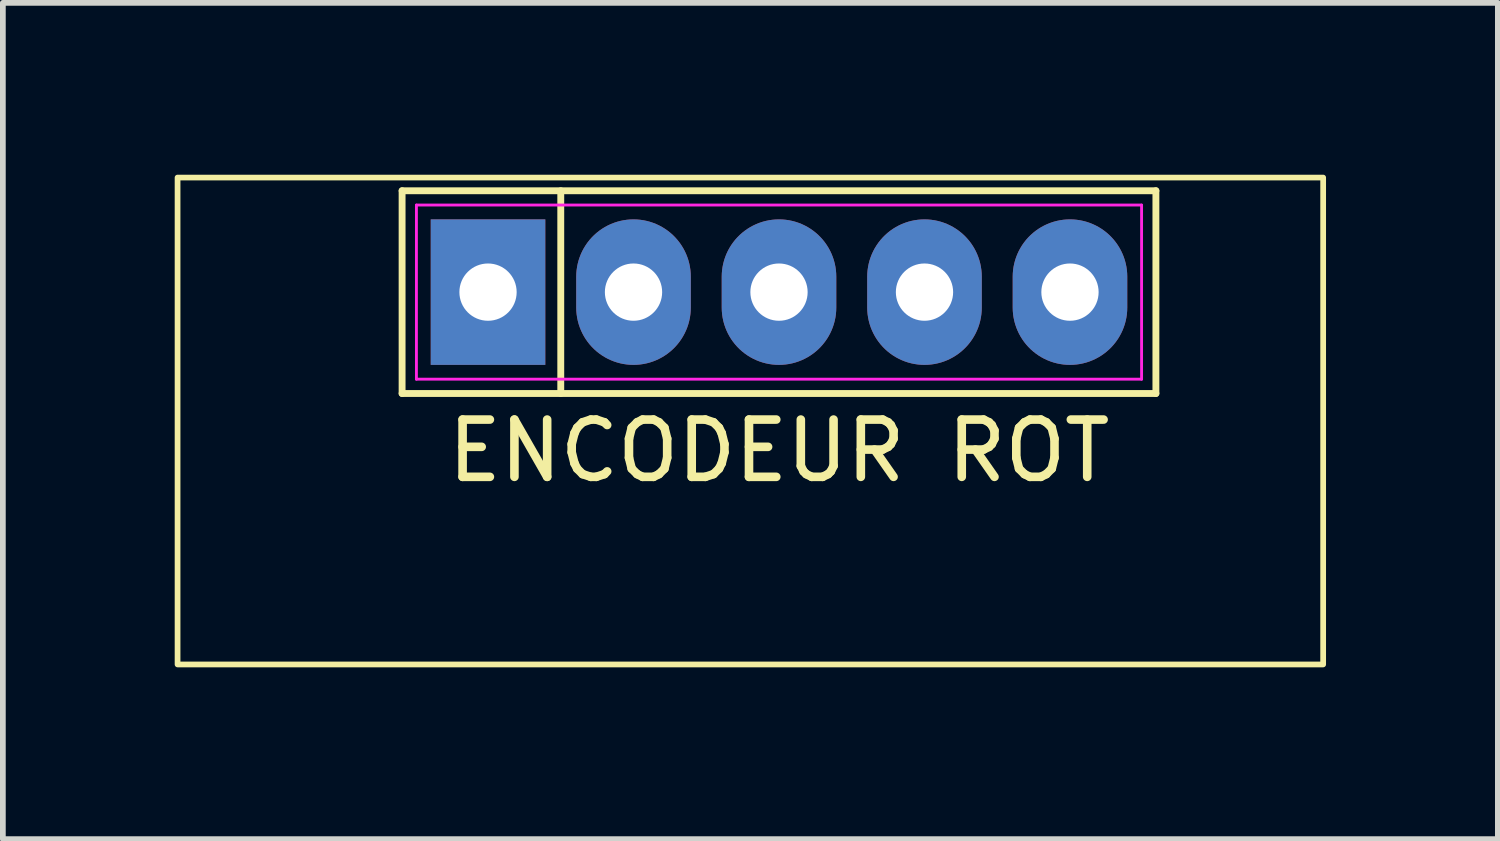
<source format=kicad_pcb>
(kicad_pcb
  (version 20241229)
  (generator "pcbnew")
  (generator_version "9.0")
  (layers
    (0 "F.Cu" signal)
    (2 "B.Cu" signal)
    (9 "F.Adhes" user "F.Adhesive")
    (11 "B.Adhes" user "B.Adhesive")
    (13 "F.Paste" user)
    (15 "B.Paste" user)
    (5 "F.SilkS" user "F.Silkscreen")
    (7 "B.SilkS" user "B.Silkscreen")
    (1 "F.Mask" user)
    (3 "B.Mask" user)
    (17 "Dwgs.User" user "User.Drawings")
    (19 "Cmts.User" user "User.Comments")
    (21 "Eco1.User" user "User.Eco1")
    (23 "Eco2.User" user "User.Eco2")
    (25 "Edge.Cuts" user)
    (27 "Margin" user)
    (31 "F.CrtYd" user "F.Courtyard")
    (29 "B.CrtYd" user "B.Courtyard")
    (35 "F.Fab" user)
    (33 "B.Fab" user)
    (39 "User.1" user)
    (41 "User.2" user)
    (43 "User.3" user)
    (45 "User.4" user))
  (footprint "ENCODEUR ROT"
    (layer "F.Cu")
    (at 10.55 2.05)
    (property "Reference" "ENCODEUR ROT" (at 0 2.77 0) (layer "F.SilkS") (effects (font (size 1 1) (thickness 0.15))))
    (attr through_hole)
    (fp_line (start -6.58 -1.77) (end 6.58 -1.77) (stroke (width 0.12) (type default)) (layer "F.SilkS"))
    (fp_line (start -6.58 1.77) (end -6.58 -1.77) (stroke (width 0.12) (type default)) (layer "F.SilkS"))
    (fp_line (start -3.81 -1.77) (end -3.81 1.77) (stroke (width 0.12) (type default)) (layer "F.SilkS"))
    (fp_line (start 6.58 -1.77) (end 6.58 1.77) (stroke (width 0.12) (type default)) (layer "F.SilkS"))
    (fp_line (start 6.58 1.77) (end -6.58 1.77) (stroke (width 0.12) (type default)) (layer "F.SilkS"))
    (fp_rect (start -10.5 -2) (end 9.5 6.5) (stroke (width 0.1) (type default)) (fill no) (layer "F.SilkS"))
    (fp_line (start -6.33 -1.52) (end 6.33 -1.52) (stroke (width 0.05) (type default)) (layer "F.CrtYd"))
    (fp_line (start -6.33 1.52) (end -6.33 -1.52) (stroke (width 0.05) (type default)) (layer "F.CrtYd"))
    (fp_line (start 6.33 -1.52) (end 6.33 1.52) (stroke (width 0.05) (type default)) (layer "F.CrtYd"))
    (fp_line (start 6.33 1.52) (end -6.33 1.52) (stroke (width 0.05) (type default)) (layer "F.CrtYd"))
    (pad "1" thru_hole rect (at -5.08 0) (size 2 2.54) (drill 1) (layers "*.Cu" "*.Mask"))
    (pad "2" thru_hole oval (at -2.54 0) (size 2 2.54) (drill 1) (layers "*.Cu" "*.Mask"))
    (pad "3" thru_hole oval (at 0 0) (size 2 2.54) (drill 1) (layers "*.Cu" "*.Mask"))
    (pad "4" thru_hole oval (at 2.54 0) (size 2 2.54) (drill 1) (layers "*.Cu" "*.Mask"))
    (pad "5" thru_hole oval (at 5.08 0) (size 2 2.54) (drill 1) (layers "*.Cu" "*.Mask")))
  (gr_rect
    (start -3 -3)
    (end 23.1 11.6)
    (stroke (width 0.1) (type default))
    (fill no)
    (layer "Edge.Cuts")))
</source>
